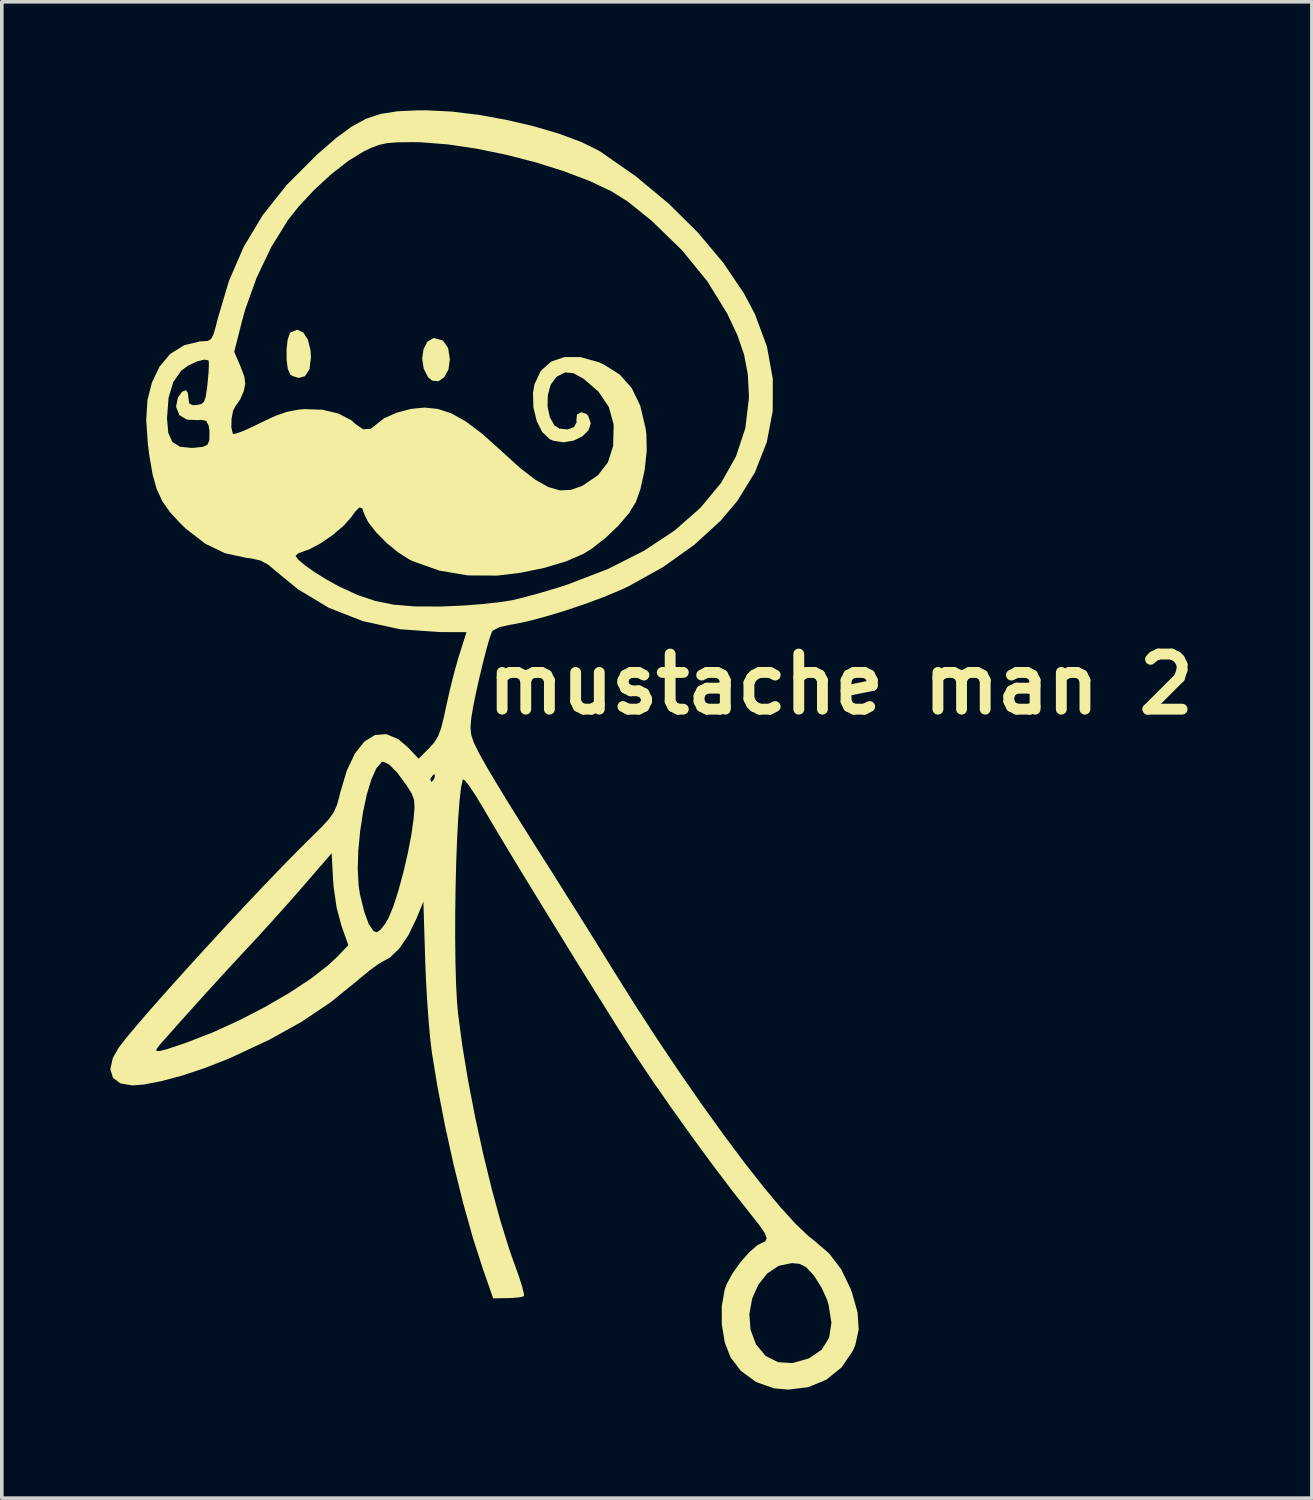
<source format=kicad_pcb>
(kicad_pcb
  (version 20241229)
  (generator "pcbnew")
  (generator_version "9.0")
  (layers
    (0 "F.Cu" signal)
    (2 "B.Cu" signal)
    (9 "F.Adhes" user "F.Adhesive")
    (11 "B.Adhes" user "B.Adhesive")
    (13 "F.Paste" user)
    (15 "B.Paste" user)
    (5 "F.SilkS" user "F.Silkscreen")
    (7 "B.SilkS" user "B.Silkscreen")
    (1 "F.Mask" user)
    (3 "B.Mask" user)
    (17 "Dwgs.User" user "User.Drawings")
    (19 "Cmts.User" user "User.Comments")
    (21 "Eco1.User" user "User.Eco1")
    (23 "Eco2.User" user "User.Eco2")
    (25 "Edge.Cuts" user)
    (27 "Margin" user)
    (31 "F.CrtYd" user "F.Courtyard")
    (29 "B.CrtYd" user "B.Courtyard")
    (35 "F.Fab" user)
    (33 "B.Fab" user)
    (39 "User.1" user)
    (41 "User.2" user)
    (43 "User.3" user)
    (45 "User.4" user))
  (footprint "mustache man 2"
    (layer "F.Cu")
    (at 20.193 15.865)
    (property "Reference" "mustache man 2" (at 0 0 0) (layer "F.SilkS") (effects (font (size 1.524 1.524) (thickness 0.3))))
    (attr board_only exclude_from_pos_files exclude_from_bom)
    (fp_poly (pts (xy -10.995 -9.5) (xy -10.855 -9.294) (xy -10.807 -8.985) (xy -10.846 -8.699) (xy -10.96 -8.488) (xy -11.119 -8.378) (xy -11.294 -8.392) (xy -11.41 -8.488) (xy -11.532 -8.728) (xy -11.572 -9.003) (xy -11.535 -9.265) (xy -11.431 -9.468) (xy -11.266 -9.565) (xy -11.231 -9.567)) (stroke (width 0) (type solid)) (fill yes) (layer "F.SilkS"))
    (fp_poly (pts (xy -14.861 -9.726) (xy -14.733 -9.528) (xy -14.658 -9.229) (xy -14.647 -9.04) (xy -14.688 -8.706) (xy -14.813 -8.516) (xy -14.986 -8.467) (xy -15.164 -8.523) (xy -15.223 -8.568) (xy -15.288 -8.72) (xy -15.32 -8.972) (xy -15.321 -9.261) (xy -15.291 -9.526) (xy -15.23 -9.703) (xy -15.208 -9.728) (xy -15.026 -9.8)) (stroke (width 0) (type solid)) (fill yes) (layer "F.SilkS"))
    (fp_poly (pts (xy -10.746 -15.83) (xy -10.002 -15.739) (xy -9.237 -15.6) (xy -8.487 -15.424) (xy -7.788 -15.218) (xy -7.179 -14.992) (xy -6.696 -14.754) (xy -6.631 -14.714) (xy -5.661 -14.037) (xy -4.76 -13.288) (xy -3.95 -12.486) (xy -3.251 -11.654) (xy -2.683 -10.815) (xy -2.371 -10.226) (xy -2.041 -9.333) (xy -1.879 -8.438) (xy -1.882 -7.553) (xy -2.047 -6.689) (xy -2.374 -5.857) (xy -2.859 -5.069) (xy -3.322 -4.52) (xy -4.053 -3.852) (xy -4.913 -3.239) (xy -5.864 -2.71) (xy -6.045 -2.624) (xy -6.508 -2.428) (xy -7.052 -2.225) (xy -7.63 -2.031) (xy -8.196 -1.861) (xy -8.704 -1.728) (xy -9.107 -1.648) (xy -9.139 -1.644) (xy -9.442 -1.577) (xy -9.62 -1.481) (xy -9.644 -1.449) (xy -9.705 -1.281) (xy -9.79 -0.989) (xy -9.887 -0.613) (xy -9.988 -0.194) (xy -10.082 0.225) (xy -10.159 0.603) (xy -10.21 0.9) (xy -10.221 0.986) (xy -10.236 1.212) (xy -10.215 1.403) (xy -10.146 1.61) (xy -10.012 1.883) (xy -9.901 2.086) (xy -9.751 2.348) (xy -9.528 2.722) (xy -9.249 3.181) (xy -8.931 3.694) (xy -8.594 4.232) (xy -8.379 4.572) (xy -7.993 5.181) (xy -7.574 5.847) (xy -7.149 6.523) (xy -6.749 7.164) (xy -6.403 7.723) (xy -6.31 7.874) (xy -5.695 8.856) (xy -5.069 9.819) (xy -4.444 10.75) (xy -3.829 11.635) (xy -3.234 12.462) (xy -2.67 13.217) (xy -2.145 13.885) (xy -1.67 14.455) (xy -1.255 14.911) (xy -0.91 15.242) (xy -0.764 15.357) (xy -0.323 15.735) (xy 0.01 16.17) (xy 0.271 16.713) (xy 0.307 16.811) (xy 0.463 17.363) (xy 0.495 17.835) (xy 0.402 18.265) (xy 0.332 18.429) (xy 0.023 18.883) (xy -0.394 19.221) (xy -0.894 19.431) (xy -1.454 19.5) (xy -1.855 19.462) (xy -2.344 19.289) (xy -2.764 18.98) (xy -3.048 18.608) (xy -3.207 18.195) (xy -3.289 17.699) (xy -3.29 17.41) (xy -2.528 17.41) (xy -2.497 17.84) (xy -2.346 18.246) (xy -2.08 18.566) (xy -1.738 18.741) (xy -1.334 18.766) (xy -0.886 18.637) (xy -0.873 18.631) (xy -0.528 18.395) (xy -0.323 18.066) (xy -0.259 17.65) (xy -0.338 17.153) (xy -0.383 17.007) (xy -0.526 16.692) (xy -0.719 16.382) (xy -0.771 16.315) (xy -0.961 16.114) (xy -1.138 16.023) (xy -1.354 16.002) (xy -1.72 16.079) (xy -2.034 16.29) (xy -2.282 16.603) (xy -2.452 16.987) (xy -2.528 17.41) (xy -3.29 17.41) (xy -3.29 17.188) (xy -3.208 16.727) (xy -3.152 16.577) (xy -2.987 16.277) (xy -2.767 15.97) (xy -2.528 15.699) (xy -2.308 15.509) (xy -2.195 15.45) (xy -2.083 15.395) (xy -2.049 15.311) (xy -2.103 15.171) (xy -2.253 14.952) (xy -2.486 14.657) (xy -2.976 14.035) (xy -3.524 13.312) (xy -4.1 12.529) (xy -4.673 11.727) (xy -5.214 10.949) (xy -5.692 10.236) (xy -5.914 9.891) (xy -6.318 9.252) (xy -6.759 8.547) (xy -7.223 7.801) (xy -7.695 7.037) (xy -8.162 6.278) (xy -8.609 5.549) (xy -9.021 4.872) (xy -9.383 4.271) (xy -9.682 3.769) (xy -9.877 3.437) (xy -10.084 3.093) (xy -10.258 2.828) (xy -10.385 2.666) (xy -10.448 2.629) (xy -10.45 2.633) (xy -10.498 2.859) (xy -10.54 3.228) (xy -10.577 3.715) (xy -10.608 4.294) (xy -10.632 4.94) (xy -10.649 5.626) (xy -10.659 6.328) (xy -10.66 7.02) (xy -10.653 7.675) (xy -10.636 8.269) (xy -10.61 8.775) (xy -10.581 9.102) (xy -10.463 9.989) (xy -10.303 10.955) (xy -10.109 11.961) (xy -9.889 12.97) (xy -9.652 13.944) (xy -9.406 14.845) (xy -9.159 15.637) (xy -9.02 16.031) (xy -8.896 16.378) (xy -8.805 16.665) (xy -8.759 16.856) (xy -8.758 16.915) (xy -8.866 16.946) (xy -9.082 16.966) (xy -9.209 16.97) (xy -9.61 16.976) (xy -9.891 16.171) (xy -10.167 15.315) (xy -10.442 14.333) (xy -10.706 13.27) (xy -10.948 12.17) (xy -11.158 11.077) (xy -11.307 10.16) (xy -11.353 9.777) (xy -11.397 9.272) (xy -11.438 8.696) (xy -11.471 8.095) (xy -11.488 7.64) (xy -11.539 6.009) (xy -11.73 6.477) (xy -11.956 6.943) (xy -12.211 7.314) (xy -12.472 7.562) (xy -12.601 7.631) (xy -12.767 7.725) (xy -13.012 7.902) (xy -13.291 8.129) (xy -13.376 8.203) (xy -14.107 8.795) (xy -14.9 9.328) (xy -15.789 9.823) (xy -16.808 10.3) (xy -16.97 10.37) (xy -17.592 10.613) (xy -18.208 10.818) (xy -18.781 10.972) (xy -19.272 11.066) (xy -19.579 11.091) (xy -19.914 11.035) (xy -20.12 10.88) (xy -20.193 10.64) (xy -20.125 10.334) (xy -20.013 10.137) (xy -18.92 10.137) (xy -18.829 10.14) (xy -18.623 10.087) (xy -18.286 9.975) (xy -18.062 9.897) (xy -17.357 9.623) (xy -16.632 9.292) (xy -15.919 8.924) (xy -15.251 8.536) (xy -14.66 8.147) (xy -14.179 7.775) (xy -13.939 7.552) (xy -13.613 7.213) (xy -13.804 6.676) (xy -13.937 6.177) (xy -14.021 5.598) (xy -14.035 5.405) (xy -14.051 5.112) (xy -13.354 5.112) (xy -13.329 5.569) (xy -13.294 5.801) (xy -13.174 6.29) (xy -13.047 6.634) (xy -12.917 6.822) (xy -12.833 6.858) (xy -12.724 6.788) (xy -12.586 6.608) (xy -12.499 6.456) (xy -12.37 6.143) (xy -12.231 5.71) (xy -12.093 5.203) (xy -11.969 4.669) (xy -11.87 4.156) (xy -11.809 3.72) (xy -11.784 3.41) (xy -11.797 3.2) (xy -11.861 3.022) (xy -11.992 2.811) (xy -12.007 2.788) (xy -12.125 2.63) (xy -11.345 2.63) (xy -11.318 2.707) (xy -11.256 2.639) (xy -11.228 2.578) (xy -11.222 2.491) (xy -11.262 2.498) (xy -11.342 2.607) (xy -11.345 2.63) (xy -12.125 2.63) (xy -12.268 2.437) (xy -12.484 2.219) (xy -12.645 2.143) (xy -12.695 2.156) (xy -12.841 2.327) (xy -12.979 2.636) (xy -13.103 3.049) (xy -13.207 3.535) (xy -13.287 4.063) (xy -13.338 4.599) (xy -13.354 5.112) (xy -14.051 5.112) (xy -14.075 4.672) (xy -14.858 5.578) (xy -15.238 6.012) (xy -15.673 6.498) (xy -16.105 6.973) (xy -16.436 7.329) (xy -16.953 7.886) (xy -17.533 8.521) (xy -18.131 9.184) (xy -18.699 9.823) (xy -18.828 9.97) (xy -18.913 10.08) (xy -18.92 10.137) (xy -20.013 10.137) (xy -19.961 10.046) (xy -19.768 9.796) (xy -19.473 9.443) (xy -19.095 9.004) (xy -18.648 8.498) (xy -18.15 7.944) (xy -17.618 7.359) (xy -17.069 6.761) (xy -16.518 6.17) (xy -15.983 5.603) (xy -15.48 5.079) (xy -15.026 4.615) (xy -14.638 4.23) (xy -14.635 4.227) (xy -14.34 3.935) (xy -14.142 3.718) (xy -14.014 3.535) (xy -13.93 3.344) (xy -13.863 3.105) (xy -13.841 3.009) (xy -13.657 2.39) (xy -13.43 1.913) (xy -13.168 1.582) (xy -12.876 1.403) (xy -12.562 1.38) (xy -12.234 1.517) (xy -11.957 1.755) (xy -11.671 2.058) (xy -11.378 1.765) (xy -11.234 1.605) (xy -11.13 1.433) (xy -11.046 1.205) (xy -10.965 0.878) (xy -10.916 0.645) (xy -10.816 0.196) (xy -10.698 -0.279) (xy -10.582 -0.697) (xy -10.547 -0.811) (xy -10.347 -1.439) (xy -11.079 -1.442) (xy -12.187 -1.52) (xy -13.212 -1.744) (xy -14.154 -2.113) (xy -15.008 -2.627) (xy -15.573 -3.09) (xy -15.823 -3.301) (xy -16.039 -3.419) (xy -16.295 -3.478) (xy -16.431 -3.494) (xy -17.018 -3.62) (xy -17.568 -3.884) (xy -18.106 -4.3) (xy -18.252 -4.441) (xy -18.541 -4.753) (xy -18.755 -5.057) (xy -18.911 -5.394) (xy -19.025 -5.801) (xy -19.114 -6.318) (xy -19.154 -6.631) (xy -19.201 -7.298) (xy -19.198 -7.345) (xy -18.626 -7.345) (xy -18.592 -6.952) (xy -18.479 -6.698) (xy -18.269 -6.565) (xy -17.945 -6.533) (xy -17.881 -6.536) (xy -17.634 -6.563) (xy -17.51 -6.62) (xy -17.46 -6.732) (xy -17.455 -6.761) (xy -17.453 -7.008) (xy -17.468 -7.104) (xy -16.849 -7.104) (xy -16.811 -6.938) (xy -16.797 -6.919) (xy -16.703 -6.932) (xy -16.497 -7.01) (xy -16.215 -7.139) (xy -16.056 -7.219) (xy -15.641 -7.415) (xy -15.301 -7.533) (xy -14.974 -7.593) (xy -14.834 -7.605) (xy -14.332 -7.589) (xy -13.884 -7.482) (xy -13.531 -7.297) (xy -13.417 -7.194) (xy -13.204 -7.048) (xy -12.993 -7.061) (xy -12.859 -7.168) (xy -12.627 -7.351) (xy -12.283 -7.505) (xy -11.885 -7.611) (xy -11.51 -7.648) (xy -11.137 -7.61) (xy -10.764 -7.487) (xy -10.368 -7.266) (xy -9.925 -6.933) (xy -9.412 -6.475) (xy -9.359 -6.425) (xy -8.861 -5.974) (xy -8.442 -5.652) (xy -8.083 -5.45) (xy -7.762 -5.359) (xy -7.46 -5.373) (xy -7.157 -5.481) (xy -7.134 -5.492) (xy -6.714 -5.776) (xy -6.437 -6.135) (xy -6.294 -6.584) (xy -6.279 -7.136) (xy -6.285 -7.205) (xy -6.413 -7.664) (xy -6.696 -8.086) (xy -7.111 -8.445) (xy -7.395 -8.599) (xy -7.625 -8.619) (xy -7.846 -8.506) (xy -7.87 -8.487) (xy -8.022 -8.277) (xy -8.099 -7.99) (xy -8.106 -7.675) (xy -8.044 -7.381) (xy -7.918 -7.158) (xy -7.78 -7.067) (xy -7.551 -7.043) (xy -7.376 -7.109) (xy -7.303 -7.242) (xy -7.309 -7.295) (xy -7.293 -7.452) (xy -7.181 -7.521) (xy -7.037 -7.476) (xy -6.982 -7.418) (xy -6.911 -7.212) (xy -6.977 -7.017) (xy -7.146 -6.851) (xy -7.386 -6.734) (xy -7.662 -6.688) (xy -7.943 -6.73) (xy -8.048 -6.776) (xy -8.254 -6.971) (xy -8.408 -7.282) (xy -8.498 -7.659) (xy -8.509 -8.052) (xy -8.469 -8.29) (xy -8.293 -8.663) (xy -8.011 -8.917) (xy -7.64 -9.045) (xy -7.199 -9.044) (xy -6.706 -8.907) (xy -6.556 -8.841) (xy -6.113 -8.562) (xy -5.779 -8.188) (xy -5.545 -7.701) (xy -5.398 -7.084) (xy -5.376 -6.93) (xy -5.364 -6.458) (xy -5.423 -5.917) (xy -5.541 -5.389) (xy -5.665 -5.038) (xy -5.853 -4.73) (xy -6.147 -4.385) (xy -6.504 -4.044) (xy -6.88 -3.75) (xy -7.112 -3.606) (xy -7.592 -3.397) (xy -8.19 -3.218) (xy -8.855 -3.081) (xy -9.498 -3.003) (xy -10.308 -3.008) (xy -11.099 -3.142) (xy -11.82 -3.397) (xy -11.923 -3.446) (xy -12.235 -3.643) (xy -12.555 -3.906) (xy -12.844 -4.199) (xy -13.065 -4.481) (xy -13.176 -4.709) (xy -13.232 -4.865) (xy -13.307 -4.888) (xy -13.424 -4.772) (xy -13.533 -4.619) (xy -13.744 -4.38) (xy -14.046 -4.125) (xy -14.381 -3.894) (xy -14.694 -3.728) (xy -14.838 -3.678) (xy -15.006 -3.614) (xy -15.071 -3.547) (xy -15.001 -3.447) (xy -14.815 -3.29) (xy -14.545 -3.099) (xy -14.224 -2.898) (xy -13.884 -2.71) (xy -13.854 -2.695) (xy -13.349 -2.463) (xy -12.864 -2.301) (xy -12.356 -2.199) (xy -11.781 -2.151) (xy -11.094 -2.148) (xy -10.922 -2.153) (xy -10.416 -2.177) (xy -9.908 -2.216) (xy -9.452 -2.266) (xy -9.102 -2.32) (xy -9.059 -2.329) (xy -8.691 -2.419) (xy -8.238 -2.545) (xy -7.773 -2.685) (xy -7.565 -2.752) (xy -6.438 -3.185) (xy -5.444 -3.687) (xy -4.589 -4.253) (xy -3.877 -4.881) (xy -3.311 -5.564) (xy -2.897 -6.298) (xy -2.639 -7.078) (xy -2.541 -7.901) (xy -2.54 -7.983) (xy -2.571 -8.569) (xy -2.672 -9.107) (xy -2.86 -9.653) (xy -3.141 -10.248) (xy -3.686 -11.134) (xy -4.386 -11.993) (xy -5.227 -12.81) (xy -5.884 -13.341) (xy -6.348 -13.631) (xy -6.949 -13.914) (xy -7.655 -14.182) (xy -8.432 -14.426) (xy -9.249 -14.637) (xy -10.073 -14.806) (xy -10.871 -14.924) (xy -11.611 -14.982) (xy -11.855 -14.986) (xy -12.255 -14.981) (xy -12.542 -14.958) (xy -12.773 -14.908) (xy -13.003 -14.818) (xy -13.188 -14.729) (xy -13.611 -14.47) (xy -14.079 -14.105) (xy -14.551 -13.672) (xy -14.984 -13.209) (xy -15.283 -12.83) (xy -15.746 -12.083) (xy -16.151 -11.234) (xy -16.468 -10.349) (xy -16.554 -10.035) (xy -16.768 -9.19) (xy -16.592 -8.781) (xy -16.489 -8.507) (xy -16.463 -8.306) (xy -16.504 -8.104) (xy -16.51 -8.087) (xy -16.608 -7.864) (xy -16.719 -7.707) (xy -16.726 -7.701) (xy -16.799 -7.562) (xy -16.842 -7.337) (xy -16.849 -7.104) (xy -17.468 -7.104) (xy -17.475 -7.149) (xy -17.543 -7.282) (xy -17.689 -7.31) (xy -17.768 -7.301) (xy -18.072 -7.313) (xy -18.282 -7.437) (xy -18.371 -7.656) (xy -18.373 -7.691) (xy -18.326 -7.923) (xy -18.211 -8.086) (xy -18.102 -8.128) (xy -18.051 -8.055) (xy -18.034 -7.911) (xy -18.01 -7.756) (xy -17.901 -7.713) (xy -17.801 -7.72) (xy -17.678 -7.745) (xy -17.602 -7.81) (xy -17.554 -7.953) (xy -17.517 -8.214) (xy -17.504 -8.332) (xy -17.477 -8.627) (xy -17.467 -8.85) (xy -17.476 -8.952) (xy -17.477 -8.953) (xy -17.602 -8.974) (xy -17.807 -8.919) (xy -18.034 -8.812) (xy -18.226 -8.675) (xy -18.238 -8.663) (xy -18.456 -8.348) (xy -18.583 -7.919) (xy -18.626 -7.359) (xy -18.626 -7.345) (xy -19.198 -7.345) (xy -19.167 -7.854) (xy -19.043 -8.339) (xy -18.833 -8.78) (xy -18.537 -9.132) (xy -18.145 -9.374) (xy -17.705 -9.479) (xy -17.641 -9.481) (xy -17.503 -9.49) (xy -17.413 -9.537) (xy -17.346 -9.658) (xy -17.278 -9.887) (xy -17.227 -10.097) (xy -16.915 -11.147) (xy -16.504 -12.096) (xy -15.977 -12.972) (xy -15.317 -13.803) (xy -14.505 -14.616) (xy -14.447 -14.669) (xy -13.954 -15.097) (xy -13.529 -15.411) (xy -13.131 -15.629) (xy -12.72 -15.766) (xy -12.254 -15.839) (xy -11.693 -15.865) (xy -11.43 -15.865)) (stroke (width 0) (type solid)) (fill yes) (layer "F.SilkS")))
  (gr_rect
    (start -3 -3)
    (end 33.215 38.365)
    (stroke (width 0.1) (type default))
    (fill no)
    (layer "Edge.Cuts")))
</source>
